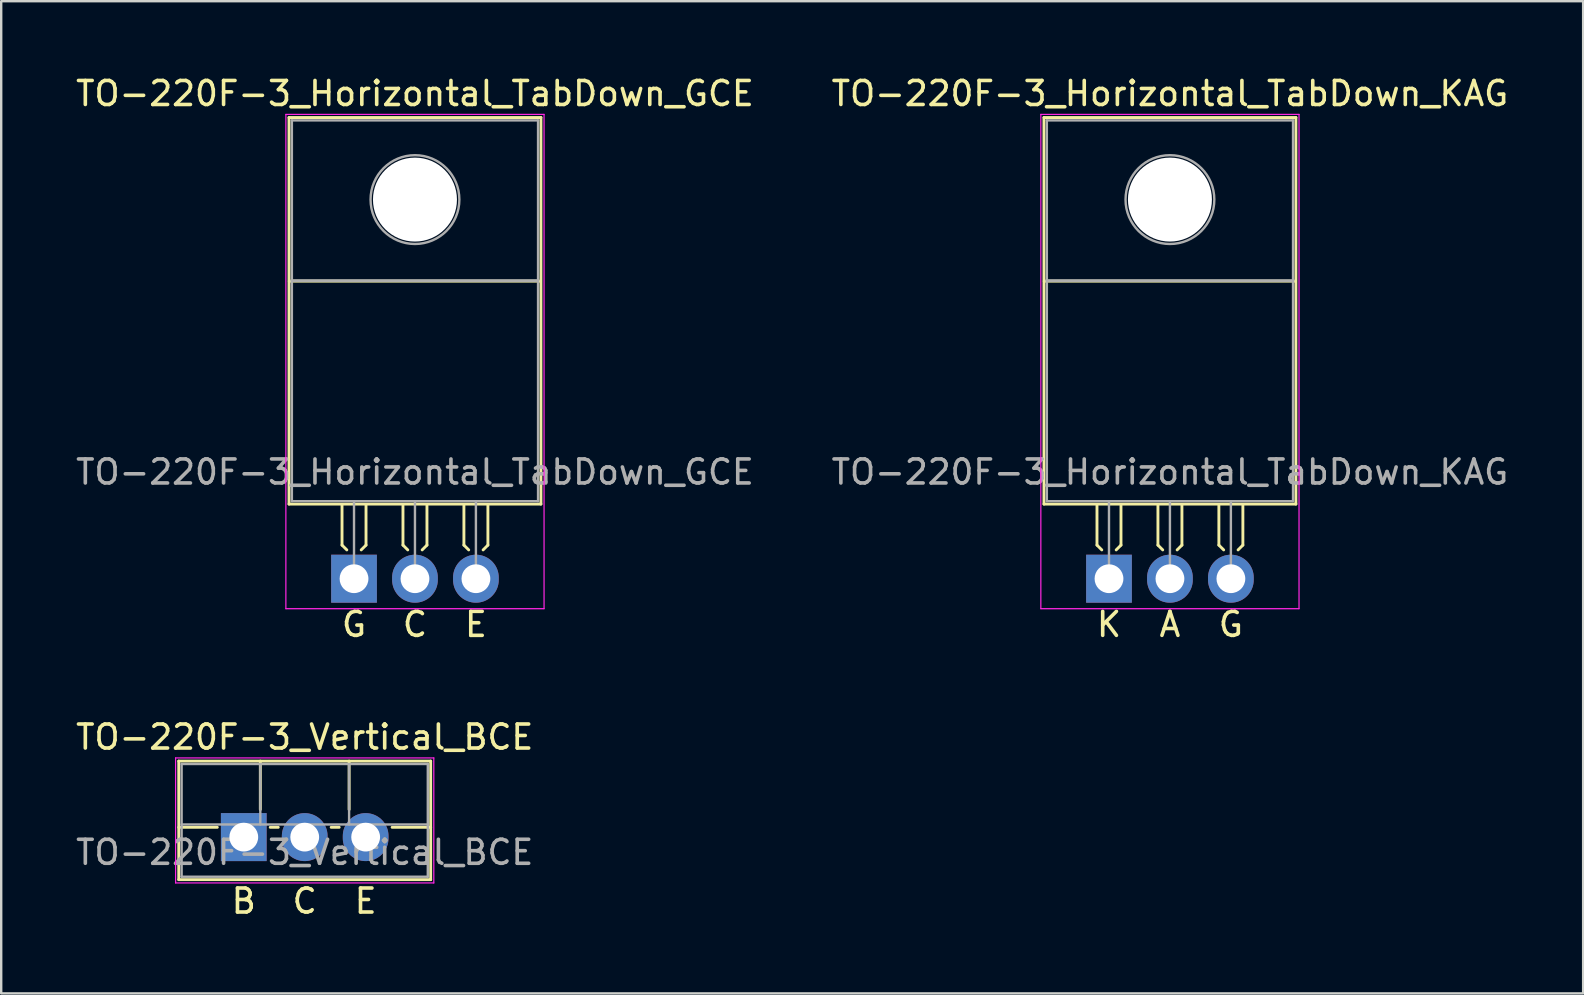
<source format=kicad_pcb>
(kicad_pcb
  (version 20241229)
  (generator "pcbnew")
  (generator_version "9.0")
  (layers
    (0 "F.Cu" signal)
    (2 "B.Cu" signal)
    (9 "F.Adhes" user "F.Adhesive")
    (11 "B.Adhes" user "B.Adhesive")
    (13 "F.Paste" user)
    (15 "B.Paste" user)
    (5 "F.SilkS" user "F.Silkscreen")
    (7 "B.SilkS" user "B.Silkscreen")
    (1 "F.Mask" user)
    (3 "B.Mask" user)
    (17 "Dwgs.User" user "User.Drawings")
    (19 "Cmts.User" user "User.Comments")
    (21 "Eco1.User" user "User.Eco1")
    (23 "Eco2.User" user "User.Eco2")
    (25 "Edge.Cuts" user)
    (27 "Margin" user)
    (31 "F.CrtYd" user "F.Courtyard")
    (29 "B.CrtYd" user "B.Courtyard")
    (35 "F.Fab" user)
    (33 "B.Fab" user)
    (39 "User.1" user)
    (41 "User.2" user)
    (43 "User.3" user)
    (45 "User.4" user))
  (footprint "TO-220F-3_Horizontal_TabDown_KAG"
    (layer "F.Cu")
    (at 43.168 21.068)
    (property "Reference" "TO-220F-3_Horizontal_TabDown_KAG" (at 2.54 -20.22 0) (layer "F.SilkS") (effects (font (size 1 1) (thickness 0.15))))
    (fp_line (start -2.71 -19.22) (end -2.71 -3.11) (stroke (width 0.12) (type solid)) (layer "F.SilkS"))
    (fp_line (start -2.71 -19.22) (end 7.79 -19.22) (stroke (width 0.12) (type solid)) (layer "F.SilkS"))
    (fp_line (start -2.71 -3.11) (end 7.79 -3.11) (stroke (width 0.12) (type solid)) (layer "F.SilkS"))
    (fp_line (start -2.7 -12.4) (end 7.75 -12.4) (stroke (width 0.12) (type solid)) (layer "F.SilkS"))
    (fp_line (start -0.5 -3.048) (end -0.5 -1.4) (stroke (width 0.12) (type solid)) (layer "F.SilkS"))
    (fp_line (start -0.5 -1.4) (end -0.3 -1.2) (stroke (width 0.12) (type solid)) (layer "F.SilkS"))
    (fp_line (start 0.5 -3.048) (end 0.5 -1.4) (stroke (width 0.12) (type solid)) (layer "F.SilkS"))
    (fp_line (start 0.5 -1.4) (end 0.3 -1.2) (stroke (width 0.12) (type solid)) (layer "F.SilkS"))
    (fp_line (start 2.04 -3.048) (end 2.04 -1.4) (stroke (width 0.12) (type solid)) (layer "F.SilkS"))
    (fp_line (start 2.04 -1.4) (end 2.24 -1.2) (stroke (width 0.12) (type solid)) (layer "F.SilkS"))
    (fp_line (start 3.04 -3.048) (end 3.04 -1.4) (stroke (width 0.12) (type solid)) (layer "F.SilkS"))
    (fp_line (start 3.04 -1.4) (end 2.84 -1.2) (stroke (width 0.12) (type solid)) (layer "F.SilkS"))
    (fp_line (start 4.58 -3.048) (end 4.58 -1.4) (stroke (width 0.12) (type solid)) (layer "F.SilkS"))
    (fp_line (start 4.58 -1.4) (end 4.78 -1.2) (stroke (width 0.12) (type solid)) (layer "F.SilkS"))
    (fp_line (start 5.58 -3.048) (end 5.58 -1.4) (stroke (width 0.12) (type solid)) (layer "F.SilkS"))
    (fp_line (start 5.58 -1.4) (end 5.38 -1.2) (stroke (width 0.12) (type solid)) (layer "F.SilkS"))
    (fp_line (start 7.79 -19.22) (end 7.79 -3.11) (stroke (width 0.12) (type solid)) (layer "F.SilkS"))
    (fp_line (start -2.84 -19.35) (end -2.84 1.25) (stroke (width 0.05) (type solid)) (layer "F.CrtYd"))
    (fp_line (start -2.84 1.25) (end 7.92 1.25) (stroke (width 0.05) (type solid)) (layer "F.CrtYd"))
    (fp_line (start 7.92 -19.35) (end -2.84 -19.35) (stroke (width 0.05) (type solid)) (layer "F.CrtYd"))
    (fp_line (start 7.92 1.25) (end 7.92 -19.35) (stroke (width 0.05) (type solid)) (layer "F.CrtYd"))
    (fp_line (start -2.59 -19.1) (end 7.67 -19.1) (stroke (width 0.1) (type solid)) (layer "F.Fab"))
    (fp_line (start -2.59 -12.42) (end -2.59 -19.1) (stroke (width 0.1) (type solid)) (layer "F.Fab"))
    (fp_line (start -2.59 -12.42) (end 7.67 -12.42) (stroke (width 0.1) (type solid)) (layer "F.Fab"))
    (fp_line (start -2.59 -3.23) (end -2.59 -12.42) (stroke (width 0.1) (type solid)) (layer "F.Fab"))
    (fp_line (start 0 -3.23) (end 0 0) (stroke (width 0.1) (type solid)) (layer "F.Fab"))
    (fp_line (start 2.54 -3.23) (end 2.54 0) (stroke (width 0.1) (type solid)) (layer "F.Fab"))
    (fp_line (start 5.08 -3.23) (end 5.08 0) (stroke (width 0.1) (type solid)) (layer "F.Fab"))
    (fp_line (start 7.67 -19.1) (end 7.67 -12.42) (stroke (width 0.1) (type solid)) (layer "F.Fab"))
    (fp_line (start 7.67 -12.42) (end -2.59 -12.42) (stroke (width 0.1) (type solid)) (layer "F.Fab"))
    (fp_line (start 7.67 -12.42) (end 7.67 -3.23) (stroke (width 0.1) (type solid)) (layer "F.Fab"))
    (fp_line (start 7.67 -3.23) (end -2.59 -3.23) (stroke (width 0.1) (type solid)) (layer "F.Fab"))
    (fp_circle (center 2.54 -15.8) (end 4.39 -15.8) (stroke (width 0.1) (type solid)) (fill no) (layer "F.Fab"))
    (fp_text user "G" (at 5.08 1.905 0) (unlocked yes) (layer "F.SilkS") (effects (font (size 1 1) (thickness 0.15))))
    (fp_text user "K" (at 0 1.905 0) (unlocked yes) (layer "F.SilkS") (effects (font (size 1 1) (thickness 0.15))))
    (fp_text user "A" (at 2.54 1.905 0) (unlocked yes) (layer "F.SilkS") (effects (font (size 1 1) (thickness 0.15))))
    (fp_text user "${REFERENCE}" (at 2.54 -4.445 0) (layer "F.Fab") (effects (font (size 1 1) (thickness 0.15))))
    (pad "" np_thru_hole oval (at 2.54 -15.8) (size 3.5 3.5) (drill 3.5) (layers "*.Cu" "*.Mask"))
    (pad "1" thru_hole rect (at 0 0) (size 1.905 2) (drill 1.2) (layers "*.Cu" "*.Mask"))
    (pad "2" thru_hole oval (at 2.54 0) (size 1.905 2) (drill 1.2) (layers "*.Cu" "*.Mask"))
    (pad "3" thru_hole oval (at 5.08 0) (size 1.905 2) (drill 1.2) (layers "*.Cu" "*.Mask")))
  (footprint "TO-220F-3_Vertical_BCE"
    (layer "F.Cu")
    (at 7.109 31.837)
    (property "Reference" "TO-220F-3_Vertical_BCE" (at 2.54 -4.168 0) (layer "F.SilkS") (effects (font (size 1 1) (thickness 0.15))))
    (fp_line (start -2.71 -3.168) (end -2.71 1.773) (stroke (width 0.12) (type solid)) (layer "F.SilkS"))
    (fp_line (start -2.71 -3.168) (end 7.79 -3.168) (stroke (width 0.12) (type solid)) (layer "F.SilkS"))
    (fp_line (start -2.71 -0.408) (end -1.103 -0.408) (stroke (width 0.12) (type solid)) (layer "F.SilkS"))
    (fp_line (start -2.71 1.773) (end 7.79 1.773) (stroke (width 0.12) (type solid)) (layer "F.SilkS"))
    (fp_line (start 0.69 -3.168) (end 0.69 -1.15) (stroke (width 0.12) (type solid)) (layer "F.SilkS"))
    (fp_line (start 1.103 -0.408) (end 1.438 -0.408) (stroke (width 0.12) (type solid)) (layer "F.SilkS"))
    (fp_line (start 3.643 -0.408) (end 3.978 -0.408) (stroke (width 0.12) (type solid)) (layer "F.SilkS"))
    (fp_line (start 4.391 -3.168) (end 4.391 -1.15) (stroke (width 0.12) (type solid)) (layer "F.SilkS"))
    (fp_line (start 6.183 -0.408) (end 7.79 -0.408) (stroke (width 0.12) (type solid)) (layer "F.SilkS"))
    (fp_line (start 7.79 -3.168) (end 7.79 1.773) (stroke (width 0.12) (type solid)) (layer "F.SilkS"))
    (fp_line (start -2.84 -3.3) (end -2.84 1.91) (stroke (width 0.05) (type solid)) (layer "F.CrtYd"))
    (fp_line (start -2.84 1.91) (end 7.92 1.91) (stroke (width 0.05) (type solid)) (layer "F.CrtYd"))
    (fp_line (start 7.92 -3.3) (end -2.84 -3.3) (stroke (width 0.05) (type solid)) (layer "F.CrtYd"))
    (fp_line (start 7.92 1.91) (end 7.92 -3.3) (stroke (width 0.05) (type solid)) (layer "F.CrtYd"))
    (fp_line (start -2.59 -3.047) (end -2.59 1.653) (stroke (width 0.1) (type solid)) (layer "F.Fab"))
    (fp_line (start -2.59 -0.527) (end 7.67 -0.527) (stroke (width 0.1) (type solid)) (layer "F.Fab"))
    (fp_line (start -2.59 1.653) (end 7.67 1.653) (stroke (width 0.1) (type solid)) (layer "F.Fab"))
    (fp_line (start 0.69 -3.047) (end 0.69 -0.527) (stroke (width 0.1) (type solid)) (layer "F.Fab"))
    (fp_line (start 4.39 -3.047) (end 4.39 -0.527) (stroke (width 0.1) (type solid)) (layer "F.Fab"))
    (fp_line (start 7.67 -3.047) (end -2.59 -3.047) (stroke (width 0.1) (type solid)) (layer "F.Fab"))
    (fp_line (start 7.67 1.653) (end 7.67 -3.047) (stroke (width 0.1) (type solid)) (layer "F.Fab"))
    (fp_text user "E" (at 5.08 2.667 0) (unlocked yes) (layer "F.SilkS") (effects (font (size 1 1) (thickness 0.15))))
    (fp_text user "C" (at 2.54 2.667 0) (unlocked yes) (layer "F.SilkS") (effects (font (size 1 1) (thickness 0.15))))
    (fp_text user "B" (at 0 2.667 0) (unlocked yes) (layer "F.SilkS") (effects (font (size 1 1) (thickness 0.15))))
    (fp_text user "${REFERENCE}" (at 2.54 0.635 0) (layer "F.Fab") (effects (font (size 1 1) (thickness 0.15))))
    (pad "1" thru_hole rect (at 0 0) (size 1.905 2) (drill 1.2) (layers "*.Cu" "*.Mask"))
    (pad "2" thru_hole oval (at 2.54 0) (size 1.905 2) (drill 1.2) (layers "*.Cu" "*.Mask"))
    (pad "3" thru_hole oval (at 5.08 0) (size 1.905 2) (drill 1.2) (layers "*.Cu" "*.Mask")))
  (footprint "TO-220F-3_Horizontal_TabDown_GCE"
    (layer "F.Cu")
    (at 11.704 21.068)
    (property "Reference" "TO-220F-3_Horizontal_TabDown_GCE" (at 2.54 -20.22 0) (layer "F.SilkS") (effects (font (size 1 1) (thickness 0.15))))
    (fp_line (start -2.71 -19.22) (end -2.71 -3.11) (stroke (width 0.12) (type solid)) (layer "F.SilkS"))
    (fp_line (start -2.71 -19.22) (end 7.79 -19.22) (stroke (width 0.12) (type solid)) (layer "F.SilkS"))
    (fp_line (start -2.71 -3.11) (end 7.79 -3.11) (stroke (width 0.12) (type solid)) (layer "F.SilkS"))
    (fp_line (start -2.7 -12.4) (end 7.75 -12.4) (stroke (width 0.12) (type solid)) (layer "F.SilkS"))
    (fp_line (start -0.5 -3.048) (end -0.5 -1.4) (stroke (width 0.12) (type solid)) (layer "F.SilkS"))
    (fp_line (start -0.5 -1.4) (end -0.3 -1.2) (stroke (width 0.12) (type solid)) (layer "F.SilkS"))
    (fp_line (start 0.5 -3.048) (end 0.5 -1.4) (stroke (width 0.12) (type solid)) (layer "F.SilkS"))
    (fp_line (start 0.5 -1.4) (end 0.3 -1.2) (stroke (width 0.12) (type solid)) (layer "F.SilkS"))
    (fp_line (start 2.04 -3.048) (end 2.04 -1.4) (stroke (width 0.12) (type solid)) (layer "F.SilkS"))
    (fp_line (start 2.04 -1.4) (end 2.24 -1.2) (stroke (width 0.12) (type solid)) (layer "F.SilkS"))
    (fp_line (start 3.04 -3.048) (end 3.04 -1.4) (stroke (width 0.12) (type solid)) (layer "F.SilkS"))
    (fp_line (start 3.04 -1.4) (end 2.84 -1.2) (stroke (width 0.12) (type solid)) (layer "F.SilkS"))
    (fp_line (start 4.58 -3.048) (end 4.58 -1.4) (stroke (width 0.12) (type solid)) (layer "F.SilkS"))
    (fp_line (start 4.58 -1.4) (end 4.78 -1.2) (stroke (width 0.12) (type solid)) (layer "F.SilkS"))
    (fp_line (start 5.58 -3.048) (end 5.58 -1.4) (stroke (width 0.12) (type solid)) (layer "F.SilkS"))
    (fp_line (start 5.58 -1.4) (end 5.38 -1.2) (stroke (width 0.12) (type solid)) (layer "F.SilkS"))
    (fp_line (start 7.79 -19.22) (end 7.79 -3.11) (stroke (width 0.12) (type solid)) (layer "F.SilkS"))
    (fp_line (start -2.84 -19.35) (end -2.84 1.25) (stroke (width 0.05) (type solid)) (layer "F.CrtYd"))
    (fp_line (start -2.84 1.25) (end 7.92 1.25) (stroke (width 0.05) (type solid)) (layer "F.CrtYd"))
    (fp_line (start 7.92 -19.35) (end -2.84 -19.35) (stroke (width 0.05) (type solid)) (layer "F.CrtYd"))
    (fp_line (start 7.92 1.25) (end 7.92 -19.35) (stroke (width 0.05) (type solid)) (layer "F.CrtYd"))
    (fp_line (start -2.59 -19.1) (end 7.67 -19.1) (stroke (width 0.1) (type solid)) (layer "F.Fab"))
    (fp_line (start -2.59 -12.42) (end -2.59 -19.1) (stroke (width 0.1) (type solid)) (layer "F.Fab"))
    (fp_line (start -2.59 -12.42) (end 7.67 -12.42) (stroke (width 0.1) (type solid)) (layer "F.Fab"))
    (fp_line (start -2.59 -3.23) (end -2.59 -12.42) (stroke (width 0.1) (type solid)) (layer "F.Fab"))
    (fp_line (start 0 -3.23) (end 0 0) (stroke (width 0.1) (type solid)) (layer "F.Fab"))
    (fp_line (start 2.54 -3.23) (end 2.54 0) (stroke (width 0.1) (type solid)) (layer "F.Fab"))
    (fp_line (start 5.08 -3.23) (end 5.08 0) (stroke (width 0.1) (type solid)) (layer "F.Fab"))
    (fp_line (start 7.67 -19.1) (end 7.67 -12.42) (stroke (width 0.1) (type solid)) (layer "F.Fab"))
    (fp_line (start 7.67 -12.42) (end -2.59 -12.42) (stroke (width 0.1) (type solid)) (layer "F.Fab"))
    (fp_line (start 7.67 -12.42) (end 7.67 -3.23) (stroke (width 0.1) (type solid)) (layer "F.Fab"))
    (fp_line (start 7.67 -3.23) (end -2.59 -3.23) (stroke (width 0.1) (type solid)) (layer "F.Fab"))
    (fp_circle (center 2.54 -15.8) (end 4.39 -15.8) (stroke (width 0.1) (type solid)) (fill no) (layer "F.Fab"))
    (fp_text user "C" (at 2.54 1.905 0) (unlocked yes) (layer "F.SilkS") (effects (font (size 1 1) (thickness 0.15))))
    (fp_text user "E" (at 5.08 1.905 0) (unlocked yes) (layer "F.SilkS") (effects (font (size 1 1) (thickness 0.15))))
    (fp_text user "G" (at 0 1.905 0) (unlocked yes) (layer "F.SilkS") (effects (font (size 1 1) (thickness 0.15))))
    (fp_text user "${REFERENCE}" (at 2.54 -4.445 0) (layer "F.Fab") (effects (font (size 1 1) (thickness 0.15))))
    (pad "" np_thru_hole oval (at 2.54 -15.8) (size 3.5 3.5) (drill 3.5) (layers "*.Cu" "*.Mask"))
    (pad "1" thru_hole rect (at 0 0) (size 1.905 2) (drill 1.2) (layers "*.Cu" "*.Mask"))
    (pad "2" thru_hole oval (at 2.54 0) (size 1.905 2) (drill 1.2) (layers "*.Cu" "*.Mask"))
    (pad "3" thru_hole oval (at 5.08 0) (size 1.905 2) (drill 1.2) (layers "*.Cu" "*.Mask")))
  (gr_rect
    (start -3 -3)
    (end 62.929 38.352)
    (stroke (width 0.1) (type default))
    (fill no)
    (layer "Edge.Cuts")))
</source>
